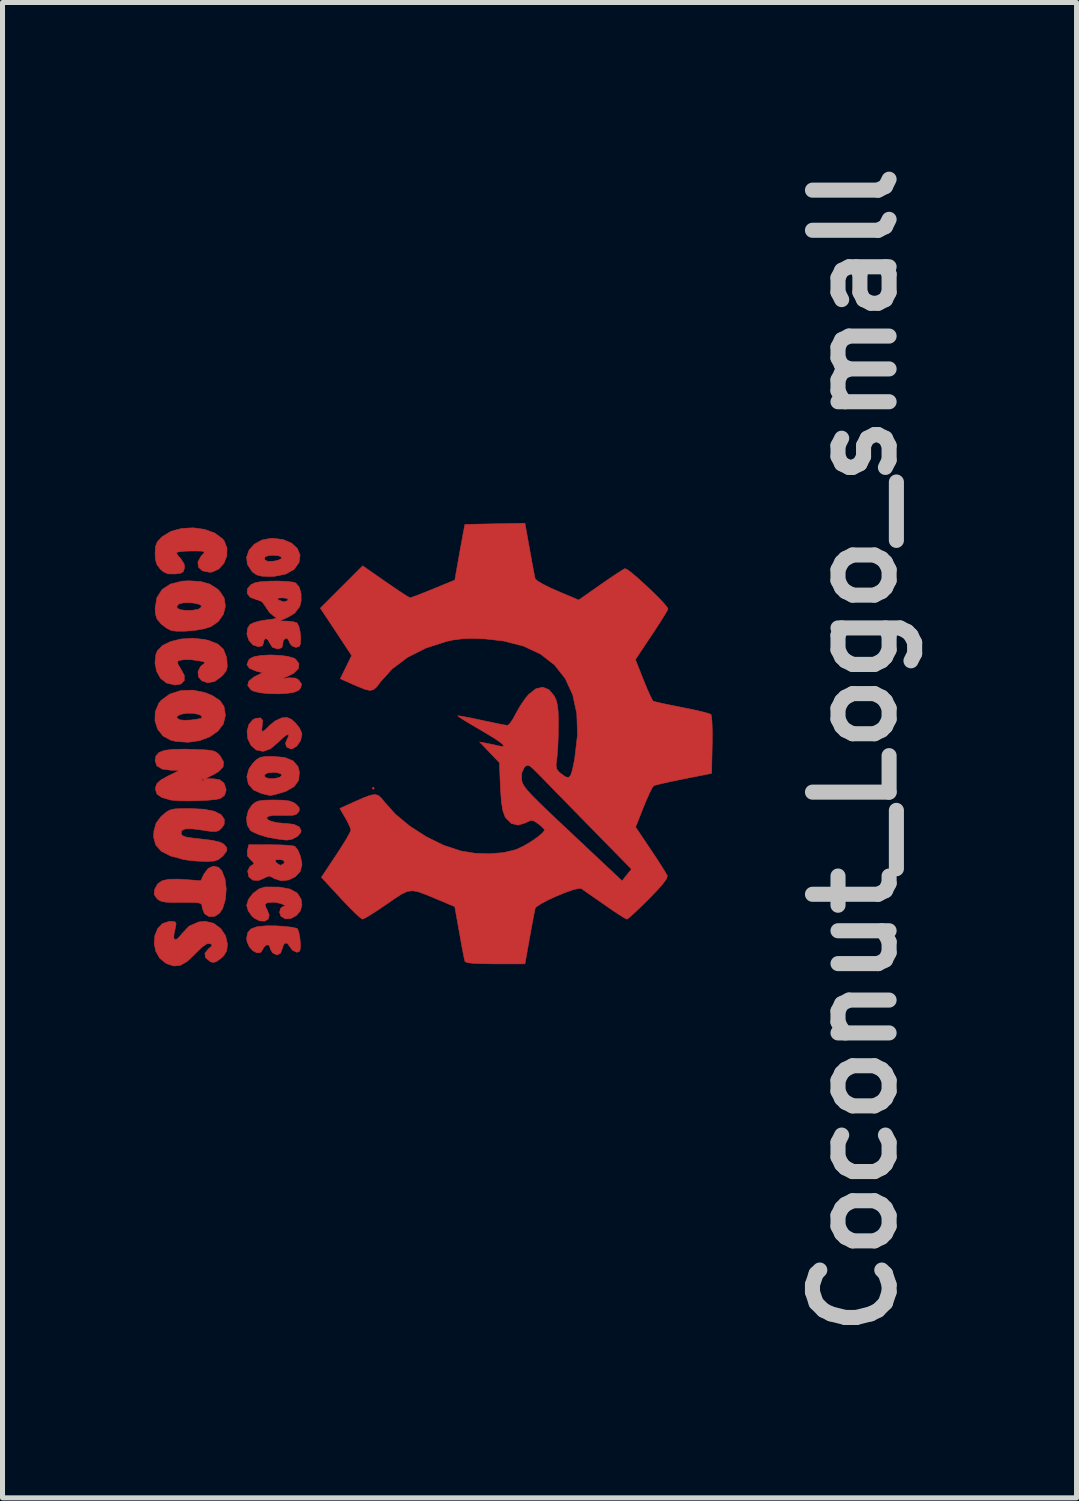
<source format=kicad_pcb>
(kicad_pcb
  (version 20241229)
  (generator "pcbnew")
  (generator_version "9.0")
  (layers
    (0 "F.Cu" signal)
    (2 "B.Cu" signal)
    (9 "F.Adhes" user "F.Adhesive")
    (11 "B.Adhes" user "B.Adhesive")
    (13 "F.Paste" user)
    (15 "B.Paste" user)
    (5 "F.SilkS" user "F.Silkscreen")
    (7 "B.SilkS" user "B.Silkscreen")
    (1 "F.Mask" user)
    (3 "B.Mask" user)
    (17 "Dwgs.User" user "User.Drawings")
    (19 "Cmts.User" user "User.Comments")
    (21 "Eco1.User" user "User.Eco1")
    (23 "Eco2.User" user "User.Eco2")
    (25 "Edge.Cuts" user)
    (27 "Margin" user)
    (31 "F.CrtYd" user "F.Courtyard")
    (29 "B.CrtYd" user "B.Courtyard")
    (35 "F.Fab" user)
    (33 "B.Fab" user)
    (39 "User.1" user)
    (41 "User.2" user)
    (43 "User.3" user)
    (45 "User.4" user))
  (footprint "Coconut_Logo_small"
    (layer "F.Cu")
    (at 6.834 11.758)
    (property "Reference" "Coconut_Logo_small" (at 7.112 0.114 90) (layer "Dwgs.User") (effects (font (size 1.524 1.524) (thickness 0.3))))
    (attr through_hole)
    (fp_poly (pts (xy -2.438 0.872) (xy -2.46 0.893) (xy -2.481 0.872) (xy -2.46 0.851) (xy -2.438 0.872)) (stroke (width 0.01) (type solid)) (fill yes) (layer "F.Cu"))
    (fp_poly (pts (xy -5.537 2.444) (xy -5.473 2.51) (xy -5.408 2.675) (xy -5.384 2.876) (xy -5.4 3.081) (xy -5.454 3.26) (xy -5.517 3.358) (xy -5.616 3.421) (xy -5.725 3.425) (xy -5.811 3.371) (xy -5.824 3.351) (xy -5.86 3.254) (xy -5.867 3.203) (xy -5.879 3.172) (xy -5.925 3.153) (xy -6.02 3.144) (xy -6.178 3.142) (xy -6.273 3.143) (xy -6.468 3.143) (xy -6.598 3.136) (xy -6.682 3.118) (xy -6.738 3.087) (xy -6.762 3.065) (xy -6.818 2.985) (xy -6.811 2.894) (xy -6.803 2.872) (xy -6.746 2.772) (xy -6.657 2.71) (xy -6.522 2.681) (xy -6.326 2.679) (xy -6.23 2.685) (xy -5.889 2.711) (xy -5.825 2.575) (xy -5.742 2.465) (xy -5.639 2.42) (xy -5.537 2.444)) (stroke (width 0.01) (type solid)) (fill yes) (layer "F.Cu"))
    (fp_poly (pts (xy -4.326 -1.773) (xy -4.16 -1.752) (xy -4.038 -1.717) (xy -4.004 -1.697) (xy -3.936 -1.604) (xy -3.949 -1.508) (xy -4.039 -1.418) (xy -4.123 -1.374) (xy -4.28 -1.305) (xy -4.144 -1.326) (xy -4.005 -1.32) (xy -3.943 -1.283) (xy -3.885 -1.202) (xy -3.901 -1.129) (xy -3.944 -1.078) (xy -4.027 -1.04) (xy -4.169 -1.016) (xy -4.346 -1.006) (xy -4.532 -1.01) (xy -4.704 -1.027) (xy -4.837 -1.058) (xy -4.892 -1.086) (xy -4.957 -1.173) (xy -4.937 -1.258) (xy -4.834 -1.341) (xy -4.797 -1.36) (xy -4.661 -1.426) (xy -4.788 -1.458) (xy -4.92 -1.512) (xy -4.972 -1.585) (xy -4.941 -1.674) (xy -4.912 -1.707) (xy -4.827 -1.747) (xy -4.684 -1.771) (xy -4.509 -1.78) (xy -4.326 -1.773)) (stroke (width 0.01) (type solid)) (fill yes) (layer "F.Cu"))
    (fp_poly (pts (xy -4.254 -4.076) (xy -4.085 -4.005) (xy -3.969 -3.898) (xy -3.915 -3.767) (xy -3.935 -3.619) (xy -3.936 -3.618) (xy -4.035 -3.482) (xy -4.2 -3.389) (xy -4.425 -3.344) (xy -4.525 -3.34) (xy -4.678 -3.347) (xy -4.779 -3.373) (xy -4.857 -3.427) (xy -4.874 -3.444) (xy -4.963 -3.581) (xy -4.973 -3.671) (xy -4.619 -3.671) (xy -4.557 -3.642) (xy -4.444 -3.645) (xy -4.354 -3.663) (xy -4.29 -3.696) (xy -4.283 -3.726) (xy -4.339 -3.752) (xy -4.439 -3.762) (xy -4.542 -3.756) (xy -4.609 -3.733) (xy -4.615 -3.727) (xy -4.619 -3.671) (xy -4.973 -3.671) (xy -4.979 -3.726) (xy -4.931 -3.864) (xy -4.827 -3.982) (xy -4.676 -4.066) (xy -4.486 -4.102) (xy -4.464 -4.102) (xy -4.254 -4.076)) (stroke (width 0.01) (type solid)) (fill yes) (layer "F.Cu"))
    (fp_poly (pts (xy -4.326 2.837) (xy -4.114 2.877) (xy -3.971 2.957) (xy -3.894 3.078) (xy -3.878 3.196) (xy -3.91 3.313) (xy -3.991 3.405) (xy -4.098 3.462) (xy -4.208 3.47) (xy -4.297 3.417) (xy -4.323 3.34) (xy -4.304 3.261) (xy -4.249 3.221) (xy -4.244 3.221) (xy -4.21 3.211) (xy -4.238 3.189) (xy -4.304 3.164) (xy -4.387 3.144) (xy -4.453 3.138) (xy -4.57 3.147) (xy -4.613 3.185) (xy -4.587 3.261) (xy -4.569 3.29) (xy -4.528 3.398) (xy -4.55 3.476) (xy -4.619 3.515) (xy -4.718 3.51) (xy -4.83 3.453) (xy -4.874 3.414) (xy -4.947 3.309) (xy -4.978 3.201) (xy -4.978 3.199) (xy -4.942 3.08) (xy -4.851 2.962) (xy -4.73 2.872) (xy -4.611 2.835) (xy -4.326 2.837)) (stroke (width 0.01) (type solid)) (fill yes) (layer "F.Cu"))
    (fp_poly (pts (xy -4.086 -0.499) (xy -4.006 -0.427) (xy -3.925 -0.324) (xy -3.881 -0.223) (xy -3.878 -0.199) (xy -3.906 -0.075) (xy -3.976 0.029) (xy -4.066 0.086) (xy -4.093 0.089) (xy -4.177 0.057) (xy -4.207 -0.018) (xy -4.173 -0.103) (xy -4.142 -0.168) (xy -4.149 -0.197) (xy -4.191 -0.185) (xy -4.269 -0.122) (xy -4.344 -0.048) (xy -4.501 0.085) (xy -4.65 0.138) (xy -4.786 0.111) (xy -4.891 0.02) (xy -4.956 -0.114) (xy -4.97 -0.26) (xy -4.935 -0.394) (xy -4.857 -0.491) (xy -4.797 -0.519) (xy -4.7 -0.528) (xy -4.66 -0.48) (xy -4.668 -0.375) (xy -4.679 -0.282) (xy -4.656 -0.258) (xy -4.595 -0.302) (xy -4.523 -0.377) (xy -4.412 -0.467) (xy -4.29 -0.525) (xy -4.271 -0.53) (xy -4.17 -0.536) (xy -4.086 -0.499)) (stroke (width 0.01) (type solid)) (fill yes) (layer "F.Cu"))
    (fp_poly (pts (xy -4.389 3.609) (xy -4.215 3.62) (xy -4.073 3.637) (xy -3.984 3.657) (xy -3.967 3.666) (xy -3.941 3.73) (xy -3.919 3.847) (xy -3.912 3.92) (xy -3.908 4.046) (xy -3.921 4.109) (xy -3.959 4.13) (xy -3.984 4.132) (xy -4.065 4.096) (xy -4.11 4.036) (xy -4.168 3.955) (xy -4.225 3.954) (xy -4.262 4.031) (xy -4.267 4.057) (xy -4.305 4.155) (xy -4.377 4.188) (xy -4.46 4.146) (xy -4.461 4.146) (xy -4.507 4.071) (xy -4.513 4.039) (xy -4.538 3.989) (xy -4.591 3.992) (xy -4.641 4.04) (xy -4.652 4.068) (xy -4.698 4.137) (xy -4.771 4.146) (xy -4.852 4.105) (xy -4.925 4.026) (xy -4.971 3.921) (xy -4.978 3.858) (xy -4.958 3.746) (xy -4.892 3.67) (xy -4.77 3.624) (xy -4.582 3.607) (xy -4.389 3.609)) (stroke (width 0.01) (type solid)) (fill yes) (layer "F.Cu"))
    (fp_poly (pts (xy -5.796 -1.029) (xy -5.657 -0.97) (xy -5.508 -0.872) (xy -5.428 -0.754) (xy -5.402 -0.593) (xy -5.402 -0.573) (xy -5.441 -0.407) (xy -5.549 -0.265) (xy -5.711 -0.152) (xy -5.913 -0.076) (xy -6.141 -0.043) (xy -6.38 -0.059) (xy -6.489 -0.085) (xy -6.643 -0.169) (xy -6.749 -0.305) (xy -6.802 -0.472) (xy -6.8 -0.526) (xy -6.367 -0.526) (xy -6.307 -0.49) (xy -6.304 -0.489) (xy -6.218 -0.481) (xy -6.098 -0.485) (xy -5.977 -0.499) (xy -5.889 -0.519) (xy -5.87 -0.529) (xy -5.871 -0.567) (xy -5.936 -0.599) (xy -6.043 -0.618) (xy -6.16 -0.621) (xy -6.282 -0.601) (xy -6.355 -0.566) (xy -6.367 -0.526) (xy -6.8 -0.526) (xy -6.796 -0.649) (xy -6.727 -0.816) (xy -6.679 -0.877) (xy -6.506 -1.003) (xy -6.288 -1.072) (xy -6.045 -1.081) (xy -5.796 -1.029)) (stroke (width 0.01) (type solid)) (fill yes) (layer "F.Cu"))
    (fp_poly (pts (xy -4.22 0.259) (xy -4.054 0.326) (xy -3.957 0.439) (xy -3.928 0.551) (xy -3.944 0.714) (xy -4.033 0.839) (xy -4.196 0.932) (xy -4.266 0.955) (xy -4.393 0.991) (xy -4.483 1.012) (xy -4.51 1.016) (xy -4.563 1.004) (xy -4.664 0.981) (xy -4.681 0.977) (xy -4.845 0.904) (xy -4.944 0.787) (xy -4.974 0.642) (xy -4.964 0.604) (xy -4.623 0.604) (xy -4.611 0.654) (xy -4.61 0.654) (xy -4.543 0.677) (xy -4.436 0.679) (xy -4.332 0.658) (xy -4.326 0.656) (xy -4.277 0.619) (xy -4.299 0.583) (xy -4.38 0.559) (xy -4.449 0.555) (xy -4.565 0.568) (xy -4.623 0.604) (xy -4.964 0.604) (xy -4.931 0.484) (xy -4.855 0.375) (xy -4.781 0.3) (xy -4.711 0.258) (xy -4.616 0.241) (xy -4.466 0.237) (xy -4.456 0.237) (xy -4.22 0.259)) (stroke (width 0.01) (type solid)) (fill yes) (layer "F.Cu"))
    (fp_poly (pts (xy -5.893 -3.241) (xy -5.714 -3.19) (xy -5.565 -3.097) (xy -5.518 -3.054) (xy -5.425 -2.913) (xy -5.4 -2.751) (xy -5.441 -2.588) (xy -5.542 -2.444) (xy -5.684 -2.345) (xy -5.818 -2.302) (xy -6.001 -2.27) (xy -6.198 -2.253) (xy -6.375 -2.252) (xy -6.481 -2.267) (xy -6.568 -2.311) (xy -6.67 -2.388) (xy -6.682 -2.4) (xy -6.759 -2.491) (xy -6.793 -2.596) (xy -6.799 -2.707) (xy -6.793 -2.742) (xy -6.367 -2.742) (xy -6.357 -2.71) (xy -6.298 -2.68) (xy -6.189 -2.666) (xy -6.063 -2.668) (xy -5.953 -2.686) (xy -5.911 -2.703) (xy -5.87 -2.75) (xy -5.912 -2.786) (xy -6.037 -2.812) (xy -6.088 -2.818) (xy -6.234 -2.818) (xy -6.332 -2.791) (xy -6.367 -2.742) (xy -6.793 -2.742) (xy -6.764 -2.918) (xy -6.661 -3.08) (xy -6.494 -3.191) (xy -6.265 -3.248) (xy -6.126 -3.255) (xy -5.893 -3.241)) (stroke (width 0.01) (type solid)) (fill yes) (layer "F.Cu"))
    (fp_poly (pts (xy -4.249 1.109) (xy -4.126 1.125) (xy -4.041 1.157) (xy -3.999 1.187) (xy -3.933 1.256) (xy -3.931 1.316) (xy -3.947 1.346) (xy -3.988 1.388) (xy -4.058 1.409) (xy -4.179 1.413) (xy -4.271 1.41) (xy -4.436 1.41) (xy -4.543 1.428) (xy -4.583 1.46) (xy -4.551 1.5) (xy -4.491 1.528) (xy -4.376 1.556) (xy -4.231 1.57) (xy -4.201 1.571) (xy -4.038 1.589) (xy -3.932 1.639) (xy -3.894 1.714) (xy -3.902 1.755) (xy -3.966 1.828) (xy -4.073 1.885) (xy -4.182 1.903) (xy -4.187 1.903) (xy -4.264 1.894) (xy -4.365 1.881) (xy -4.556 1.847) (xy -4.732 1.795) (xy -4.866 1.735) (xy -4.904 1.708) (xy -4.967 1.601) (xy -4.98 1.46) (xy -4.944 1.314) (xy -4.874 1.209) (xy -4.813 1.156) (xy -4.742 1.125) (xy -4.641 1.11) (xy -4.483 1.105) (xy -4.435 1.105) (xy -4.249 1.109)) (stroke (width 0.01) (type solid)) (fill yes) (layer "F.Cu"))
    (fp_poly (pts (xy -5.826 -2.09) (xy -5.733 -2.069) (xy -5.552 -1.997) (xy -5.439 -1.893) (xy -5.381 -1.743) (xy -5.371 -1.679) (xy -5.363 -1.549) (xy -5.386 -1.462) (xy -5.453 -1.378) (xy -5.478 -1.352) (xy -5.618 -1.25) (xy -5.756 -1.228) (xy -5.87 -1.267) (xy -5.937 -1.344) (xy -5.946 -1.448) (xy -5.898 -1.547) (xy -5.866 -1.575) (xy -5.813 -1.618) (xy -5.824 -1.641) (xy -5.909 -1.662) (xy -5.914 -1.662) (xy -6.069 -1.684) (xy -6.212 -1.687) (xy -6.315 -1.673) (xy -6.351 -1.652) (xy -6.344 -1.596) (xy -6.294 -1.513) (xy -6.29 -1.507) (xy -6.218 -1.376) (xy -6.219 -1.271) (xy -6.283 -1.203) (xy -6.401 -1.182) (xy -6.561 -1.219) (xy -6.572 -1.223) (xy -6.689 -1.312) (xy -6.768 -1.453) (xy -6.802 -1.621) (xy -6.784 -1.789) (xy -6.755 -1.861) (xy -6.654 -1.967) (xy -6.491 -2.047) (xy -6.286 -2.097) (xy -6.058 -2.113) (xy -5.826 -2.09)) (stroke (width 0.01) (type solid)) (fill yes) (layer "F.Cu"))
    (fp_poly (pts (xy -4.501 1.995) (xy -4.315 1.998) (xy -4.158 2.006) (xy -4.051 2.018) (xy -4.018 2.027) (xy -3.959 2.101) (xy -3.908 2.223) (xy -3.88 2.358) (xy -3.878 2.401) (xy -3.915 2.531) (xy -4.012 2.633) (xy -4.146 2.697) (xy -4.294 2.711) (xy -4.432 2.667) (xy -4.451 2.654) (xy -4.525 2.617) (xy -4.595 2.64) (xy -4.616 2.654) (xy -4.74 2.707) (xy -4.855 2.699) (xy -4.934 2.634) (xy -4.934 2.632) (xy -4.958 2.52) (xy -4.914 2.429) (xy -4.865 2.399) (xy -4.83 2.372) (xy -4.859 2.329) (xy -4.862 2.326) (xy -4.406 2.326) (xy -4.385 2.355) (xy -4.31 2.404) (xy -4.246 2.378) (xy -4.226 2.341) (xy -4.249 2.302) (xy -4.324 2.29) (xy -4.401 2.297) (xy -4.406 2.326) (xy -4.862 2.326) (xy -4.896 2.297) (xy -4.964 2.216) (xy -4.965 2.116) (xy -4.963 2.107) (xy -4.934 1.994) (xy -4.501 1.995)) (stroke (width 0.01) (type solid)) (fill yes) (layer "F.Cu"))
    (fp_poly (pts (xy -5.814 -4.278) (xy -5.613 -4.205) (xy -5.46 -4.093) (xy -5.425 -4.051) (xy -5.368 -3.906) (xy -5.373 -3.749) (xy -5.43 -3.603) (xy -5.531 -3.49) (xy -5.664 -3.429) (xy -5.715 -3.425) (xy -5.857 -3.453) (xy -5.937 -3.527) (xy -5.948 -3.63) (xy -5.883 -3.747) (xy -5.867 -3.763) (xy -5.826 -3.808) (xy -5.823 -3.833) (xy -5.869 -3.845) (xy -5.98 -3.848) (xy -6.079 -3.848) (xy -6.225 -3.843) (xy -6.331 -3.831) (xy -6.375 -3.814) (xy -6.375 -3.812) (xy -6.347 -3.76) (xy -6.289 -3.698) (xy -6.22 -3.587) (xy -6.215 -3.512) (xy -6.234 -3.442) (xy -6.286 -3.407) (xy -6.397 -3.391) (xy -6.407 -3.391) (xy -6.541 -3.393) (xy -6.636 -3.435) (xy -6.692 -3.484) (xy -6.762 -3.575) (xy -6.793 -3.685) (xy -6.799 -3.799) (xy -6.791 -3.936) (xy -6.757 -4.027) (xy -6.68 -4.113) (xy -6.652 -4.137) (xy -6.481 -4.24) (xy -6.27 -4.297) (xy -6.04 -4.309) (xy -5.814 -4.278)) (stroke (width 0.01) (type solid)) (fill yes) (layer "F.Cu"))
    (fp_poly (pts (xy -5.83 1.288) (xy -5.62 1.329) (xy -5.484 1.398) (xy -5.423 1.487) (xy -5.424 1.589) (xy -5.479 1.667) (xy -5.531 1.711) (xy -5.588 1.732) (xy -5.674 1.732) (xy -5.813 1.712) (xy -5.861 1.704) (xy -6.069 1.678) (xy -6.203 1.681) (xy -6.272 1.716) (xy -6.282 1.777) (xy -6.257 1.813) (xy -6.19 1.84) (xy -6.065 1.861) (xy -5.889 1.88) (xy -5.655 1.909) (xy -5.499 1.947) (xy -5.434 1.982) (xy -5.373 2.052) (xy -5.373 2.117) (xy -5.436 2.201) (xy -5.463 2.229) (xy -5.539 2.29) (xy -5.626 2.32) (xy -5.758 2.328) (xy -5.813 2.328) (xy -5.986 2.319) (xy -6.156 2.301) (xy -6.231 2.289) (xy -6.492 2.219) (xy -6.676 2.124) (xy -6.786 2.001) (xy -6.829 1.844) (xy -6.822 1.721) (xy -6.777 1.562) (xy -6.681 1.435) (xy -6.647 1.404) (xy -6.572 1.342) (xy -6.503 1.304) (xy -6.417 1.283) (xy -6.29 1.276) (xy -6.119 1.274) (xy -5.83 1.288)) (stroke (width 0.01) (type solid)) (fill yes) (layer "F.Cu"))
    (fp_poly (pts (xy -5.636 3.557) (xy -5.495 3.66) (xy -5.396 3.807) (xy -5.359 3.976) (xy -5.375 4.108) (xy -5.435 4.205) (xy -5.489 4.255) (xy -5.586 4.324) (xy -5.656 4.337) (xy -5.704 4.319) (xy -5.797 4.24) (xy -5.808 4.153) (xy -5.737 4.065) (xy -5.671 4.01) (xy -5.671 3.979) (xy -5.708 3.961) (xy -5.768 3.965) (xy -5.855 4.023) (xy -5.978 4.14) (xy -6.006 4.17) (xy -6.162 4.317) (xy -6.296 4.394) (xy -6.423 4.408) (xy -6.562 4.364) (xy -6.583 4.353) (xy -6.708 4.252) (xy -6.786 4.114) (xy -6.817 3.958) (xy -6.804 3.802) (xy -6.748 3.664) (xy -6.653 3.564) (xy -6.519 3.519) (xy -6.496 3.518) (xy -6.407 3.525) (xy -6.381 3.563) (xy -6.393 3.634) (xy -6.422 3.769) (xy -6.428 3.842) (xy -6.412 3.876) (xy -6.397 3.884) (xy -6.348 3.862) (xy -6.283 3.788) (xy -6.27 3.769) (xy -6.122 3.614) (xy -5.932 3.531) (xy -5.802 3.518) (xy -5.636 3.557)) (stroke (width 0.01) (type solid)) (fill yes) (layer "F.Cu"))
    (fp_poly (pts (xy -6.098 0.096) (xy -5.887 0.103) (xy -5.742 0.112) (xy -5.648 0.127) (xy -5.586 0.152) (xy -5.539 0.19) (xy -5.507 0.225) (xy -5.437 0.344) (xy -5.446 0.448) (xy -5.537 0.542) (xy -5.628 0.595) (xy -5.804 0.681) (xy -5.646 0.682) (xy -5.52 0.699) (xy -5.438 0.76) (xy -5.421 0.785) (xy -5.384 0.903) (xy -5.416 1.01) (xy -5.5 1.075) (xy -5.594 1.095) (xy -5.748 1.11) (xy -5.936 1.119) (xy -6.134 1.123) (xy -6.316 1.121) (xy -6.456 1.11) (xy -6.496 1.104) (xy -6.665 1.055) (xy -6.76 0.99) (xy -6.792 0.898) (xy -6.79 0.855) (xy -6.764 0.78) (xy -6.693 0.713) (xy -6.675 0.703) (xy -5.867 0.703) (xy -5.846 0.724) (xy -5.825 0.703) (xy -5.846 0.682) (xy -5.867 0.703) (xy -6.675 0.703) (xy -6.56 0.637) (xy -6.545 0.63) (xy -6.312 0.515) (xy -6.473 0.514) (xy -6.655 0.491) (xy -6.764 0.426) (xy -6.799 0.321) (xy -6.782 0.228) (xy -6.723 0.161) (xy -6.615 0.119) (xy -6.446 0.097) (xy -6.206 0.093) (xy -6.098 0.096)) (stroke (width 0.01) (type solid)) (fill yes) (layer "F.Cu"))
    (fp_poly (pts (xy -4.188 -3.243) (xy -4.059 -3.229) (xy -4.004 -3.213) (xy -3.933 -3.132) (xy -3.895 -3.002) (xy -3.894 -2.852) (xy -3.922 -2.742) (xy -4.022 -2.611) (xy -4.149 -2.534) (xy -4.322 -2.457) (xy -4.174 -2.453) (xy -4.061 -2.443) (xy -3.983 -2.421) (xy -3.979 -2.419) (xy -3.941 -2.354) (xy -3.914 -2.24) (xy -3.901 -2.111) (xy -3.908 -2.001) (xy -3.928 -1.952) (xy -3.999 -1.93) (xy -4.078 -1.961) (xy -4.128 -2.026) (xy -4.132 -2.05) (xy -4.166 -2.105) (xy -4.195 -2.112) (xy -4.246 -2.076) (xy -4.259 -2.007) (xy -4.276 -1.926) (xy -4.344 -1.901) (xy -4.366 -1.901) (xy -4.465 -1.932) (xy -4.513 -2.007) (xy -4.562 -2.09) (xy -4.61 -2.108) (xy -4.638 -2.057) (xy -4.64 -2.028) (xy -4.665 -1.961) (xy -4.743 -1.943) (xy -4.854 -1.98) (xy -4.934 -2.071) (xy -4.973 -2.191) (xy -4.959 -2.312) (xy -4.914 -2.383) (xy -4.838 -2.422) (xy -4.71 -2.457) (xy -4.594 -2.476) (xy -4.458 -2.493) (xy -4.396 -2.509) (xy -4.395 -2.528) (xy -4.437 -2.552) (xy -4.522 -2.623) (xy -4.595 -2.73) (xy -4.597 -2.735) (xy -4.672 -2.84) (xy -4.777 -2.882) (xy -4.784 -2.882) (xy -4.807 -2.891) (xy -4.364 -2.891) (xy -4.343 -2.874) (xy -4.239 -2.835) (xy -4.163 -2.861) (xy -4.153 -2.874) (xy -4.17 -2.904) (xy -4.255 -2.916) (xy -4.267 -2.916) (xy -4.353 -2.91) (xy -4.364 -2.891) (xy -4.807 -2.891) (xy -4.906 -2.925) (xy -4.967 -3.003) (xy -4.963 -3.095) (xy -4.895 -3.177) (xy -4.805 -3.219) (xy -4.69 -3.238) (xy -4.53 -3.248) (xy -4.354 -3.25) (xy -4.188 -3.243)) (stroke (width 0.01) (type solid)) (fill yes) (layer "F.Cu"))
    (fp_poly (pts (xy 0.651 -3.881) (xy 0.688 -3.676) (xy 0.721 -3.498) (xy 0.747 -3.366) (xy 0.761 -3.297) (xy 0.761 -3.296) (xy 0.806 -3.253) (xy 0.912 -3.19) (xy 1.063 -3.114) (xy 1.203 -3.052) (xy 1.627 -2.873) (xy 2.057 -3.174) (xy 2.227 -3.292) (xy 2.376 -3.392) (xy 2.487 -3.464) (xy 2.546 -3.498) (xy 2.547 -3.498) (xy 2.594 -3.478) (xy 2.685 -3.409) (xy 2.807 -3.306) (xy 2.946 -3.18) (xy 3.087 -3.047) (xy 3.218 -2.918) (xy 3.323 -2.807) (xy 3.388 -2.726) (xy 3.404 -2.695) (xy 3.381 -2.65) (xy 3.32 -2.548) (xy 3.229 -2.403) (xy 3.116 -2.23) (xy 3.079 -2.175) (xy 2.755 -1.688) (xy 2.914 -1.287) (xy 2.984 -1.116) (xy 3.046 -0.977) (xy 3.092 -0.887) (xy 3.109 -0.862) (xy 3.163 -0.846) (xy 3.282 -0.818) (xy 3.451 -0.783) (xy 3.653 -0.742) (xy 3.684 -0.736) (xy 3.889 -0.695) (xy 4.064 -0.655) (xy 4.192 -0.622) (xy 4.256 -0.599) (xy 4.259 -0.597) (xy 4.271 -0.543) (xy 4.28 -0.422) (xy 4.285 -0.249) (xy 4.284 -0.042) (xy 4.283 0.008) (xy 4.271 0.576) (xy 3.718 0.685) (xy 3.509 0.728) (xy 3.329 0.767) (xy 3.195 0.799) (xy 3.123 0.82) (xy 3.118 0.823) (xy 3.084 0.872) (xy 3.029 0.982) (xy 2.962 1.135) (xy 2.916 1.247) (xy 2.759 1.644) (xy 3.062 2.095) (xy 3.179 2.271) (xy 3.279 2.426) (xy 3.352 2.544) (xy 3.389 2.61) (xy 3.39 2.613) (xy 3.375 2.671) (xy 3.299 2.776) (xy 3.162 2.93) (xy 3.019 3.077) (xy 2.869 3.225) (xy 2.74 3.347) (xy 2.643 3.434) (xy 2.59 3.474) (xy 2.585 3.476) (xy 2.538 3.452) (xy 2.437 3.39) (xy 2.297 3.297) (xy 2.14 3.188) (xy 1.974 3.072) (xy 1.83 2.972) (xy 1.725 2.899) (xy 1.674 2.865) (xy 1.611 2.866) (xy 1.493 2.898) (xy 1.34 2.953) (xy 1.174 3.022) (xy 1.012 3.097) (xy 0.877 3.169) (xy 0.787 3.229) (xy 0.762 3.26) (xy 0.748 3.326) (xy 0.722 3.457) (xy 0.689 3.634) (xy 0.652 3.838) (xy 0.651 3.846) (xy 0.558 4.365) (xy -0.031 4.365) (xy -0.285 4.362) (xy -0.464 4.355) (xy -0.576 4.342) (xy -0.63 4.322) (xy -0.637 4.312) (xy -0.651 4.251) (xy -0.676 4.126) (xy -0.708 3.953) (xy -0.744 3.751) (xy -0.746 3.743) (xy -0.838 3.227) (xy -1.199 3.075) (xy -1.409 2.988) (xy -1.561 2.932) (xy -1.678 2.91) (xy -1.782 2.924) (xy -1.895 2.976) (xy -2.038 3.069) (xy -2.19 3.175) (xy -2.36 3.29) (xy -2.507 3.385) (xy -2.616 3.45) (xy -2.672 3.475) (xy -2.674 3.476) (xy -2.719 3.446) (xy -2.809 3.365) (xy -2.931 3.244) (xy -3.074 3.095) (xy -3.107 3.059) (xy -3.491 2.643) (xy -3.198 2.202) (xy -3.086 2.029) (xy -2.993 1.879) (xy -2.93 1.766) (xy -2.904 1.707) (xy -2.904 1.705) (xy -2.924 1.638) (xy -2.976 1.53) (xy -3.014 1.461) (xy -3.125 1.273) (xy -2.851 1.149) (xy -2.655 1.062) (xy -2.518 1.011) (xy -2.423 0.996) (xy -2.355 1.016) (xy -2.294 1.072) (xy -2.243 1.137) (xy -2.019 1.388) (xy -1.732 1.625) (xy -1.405 1.836) (xy -1.062 2.005) (xy -0.724 2.117) (xy -0.707 2.121) (xy -0.431 2.165) (xy -0.14 2.174) (xy 0.136 2.151) (xy 0.366 2.096) (xy 0.386 2.089) (xy 0.519 2.027) (xy 0.661 1.945) (xy 0.793 1.856) (xy 0.894 1.774) (xy 0.946 1.713) (xy 0.948 1.702) (xy 0.917 1.659) (xy 0.842 1.593) (xy 0.824 1.579) (xy 0.736 1.521) (xy 0.672 1.512) (xy 0.591 1.549) (xy 0.578 1.557) (xy 0.424 1.605) (xy 0.286 1.572) (xy 0.176 1.463) (xy 0.159 1.432) (xy 0.118 1.316) (xy 0.09 1.139) (xy 0.071 0.891) (xy 0.069 0.83) (xy 0.063 0.685) (xy 0.491 0.685) (xy 0.498 0.733) (xy 0.515 0.782) (xy 0.549 0.839) (xy 0.605 0.911) (xy 0.691 1.006) (xy 0.813 1.129) (xy 0.976 1.288) (xy 1.188 1.489) (xy 1.455 1.741) (xy 1.497 1.78) (xy 2.49 2.714) (xy 2.583 2.597) (xy 2.677 2.481) (xy 1.868 1.655) (xy 1.642 1.424) (xy 1.423 1.2) (xy 1.222 0.995) (xy 1.05 0.818) (xy 0.918 0.682) (xy 0.841 0.604) (xy 0.728 0.49) (xy 0.656 0.429) (xy 0.609 0.413) (xy 0.57 0.432) (xy 0.55 0.45) (xy 0.496 0.561) (xy 0.491 0.685) (xy 0.063 0.685) (xy 0.051 0.364) (xy -0.146 0.158) (xy -0.343 -0.049) (xy -0.21 -0.024) (xy -0.075 0.003) (xy 0.033 0.028) (xy 0.123 0.042) (xy 0.137 0.02) (xy 0.074 -0.038) (xy -0.065 -0.132) (xy -0.28 -0.261) (xy -0.324 -0.287) (xy -0.498 -0.389) (xy -0.641 -0.475) (xy -0.739 -0.538) (xy -0.778 -0.568) (xy -0.778 -0.569) (xy -0.735 -0.566) (xy -0.625 -0.547) (xy -0.467 -0.516) (xy -0.3 -0.48) (xy -0.109 -0.44) (xy 0.053 -0.406) (xy 0.167 -0.385) (xy 0.213 -0.378) (xy 0.255 -0.412) (xy 0.318 -0.503) (xy 0.375 -0.61) (xy 0.465 -0.769) (xy 0.57 -0.921) (xy 0.631 -0.994) (xy 0.776 -1.108) (xy 0.913 -1.139) (xy 1.037 -1.089) (xy 1.137 -0.969) (xy 1.178 -0.886) (xy 1.203 -0.789) (xy 1.218 -0.659) (xy 1.223 -0.474) (xy 1.223 -0.377) (xy 1.22 -0.164) (xy 1.212 0.043) (xy 1.2 0.212) (xy 1.192 0.279) (xy 1.177 0.408) (xy 1.188 0.486) (xy 1.234 0.546) (xy 1.292 0.593) (xy 1.369 0.646) (xy 1.425 0.658) (xy 1.466 0.617) (xy 1.501 0.514) (xy 1.537 0.339) (xy 1.548 0.281) (xy 1.603 -0.191) (xy 1.589 -0.615) (xy 1.508 -0.988) (xy 1.36 -1.31) (xy 1.147 -1.58) (xy 0.87 -1.796) (xy 0.529 -1.956) (xy 0.126 -2.059) (xy -0.242 -2.1) (xy -0.493 -2.108) (xy -0.694 -2.101) (xy -0.876 -2.077) (xy -1.004 -2.049) (xy -1.415 -1.916) (xy -1.78 -1.731) (xy -2.087 -1.499) (xy -2.319 -1.241) (xy -2.391 -1.145) (xy -2.454 -1.09) (xy -2.526 -1.074) (xy -2.627 -1.097) (xy -2.775 -1.157) (xy -2.875 -1.2) (xy -3.115 -1.307) (xy -3.002 -1.538) (xy -2.889 -1.768) (xy -3.2 -2.24) (xy -3.512 -2.711) (xy -2.67 -3.553) (xy -2.213 -3.235) (xy -2.041 -3.117) (xy -1.894 -3.018) (xy -1.786 -2.949) (xy -1.731 -2.918) (xy -1.727 -2.917) (xy -1.678 -2.932) (xy -1.568 -2.973) (xy -1.415 -3.033) (xy -1.267 -3.093) (xy -0.837 -3.27) (xy -0.766 -3.675) (xy -0.731 -3.87) (xy -0.698 -4.05) (xy -0.673 -4.187) (xy -0.665 -4.229) (xy -0.636 -4.377) (xy -0.039 -4.389) (xy 0.558 -4.401) (xy 0.651 -3.881)) (stroke (width 0.01) (type solid)) (fill yes) (layer "F.Cu")))
  (gr_rect
    (start -3 -3)
    (end 18.364 26.745)
    (stroke (width 0.1) (type default))
    (fill no)
    (layer "Edge.Cuts")))
</source>
